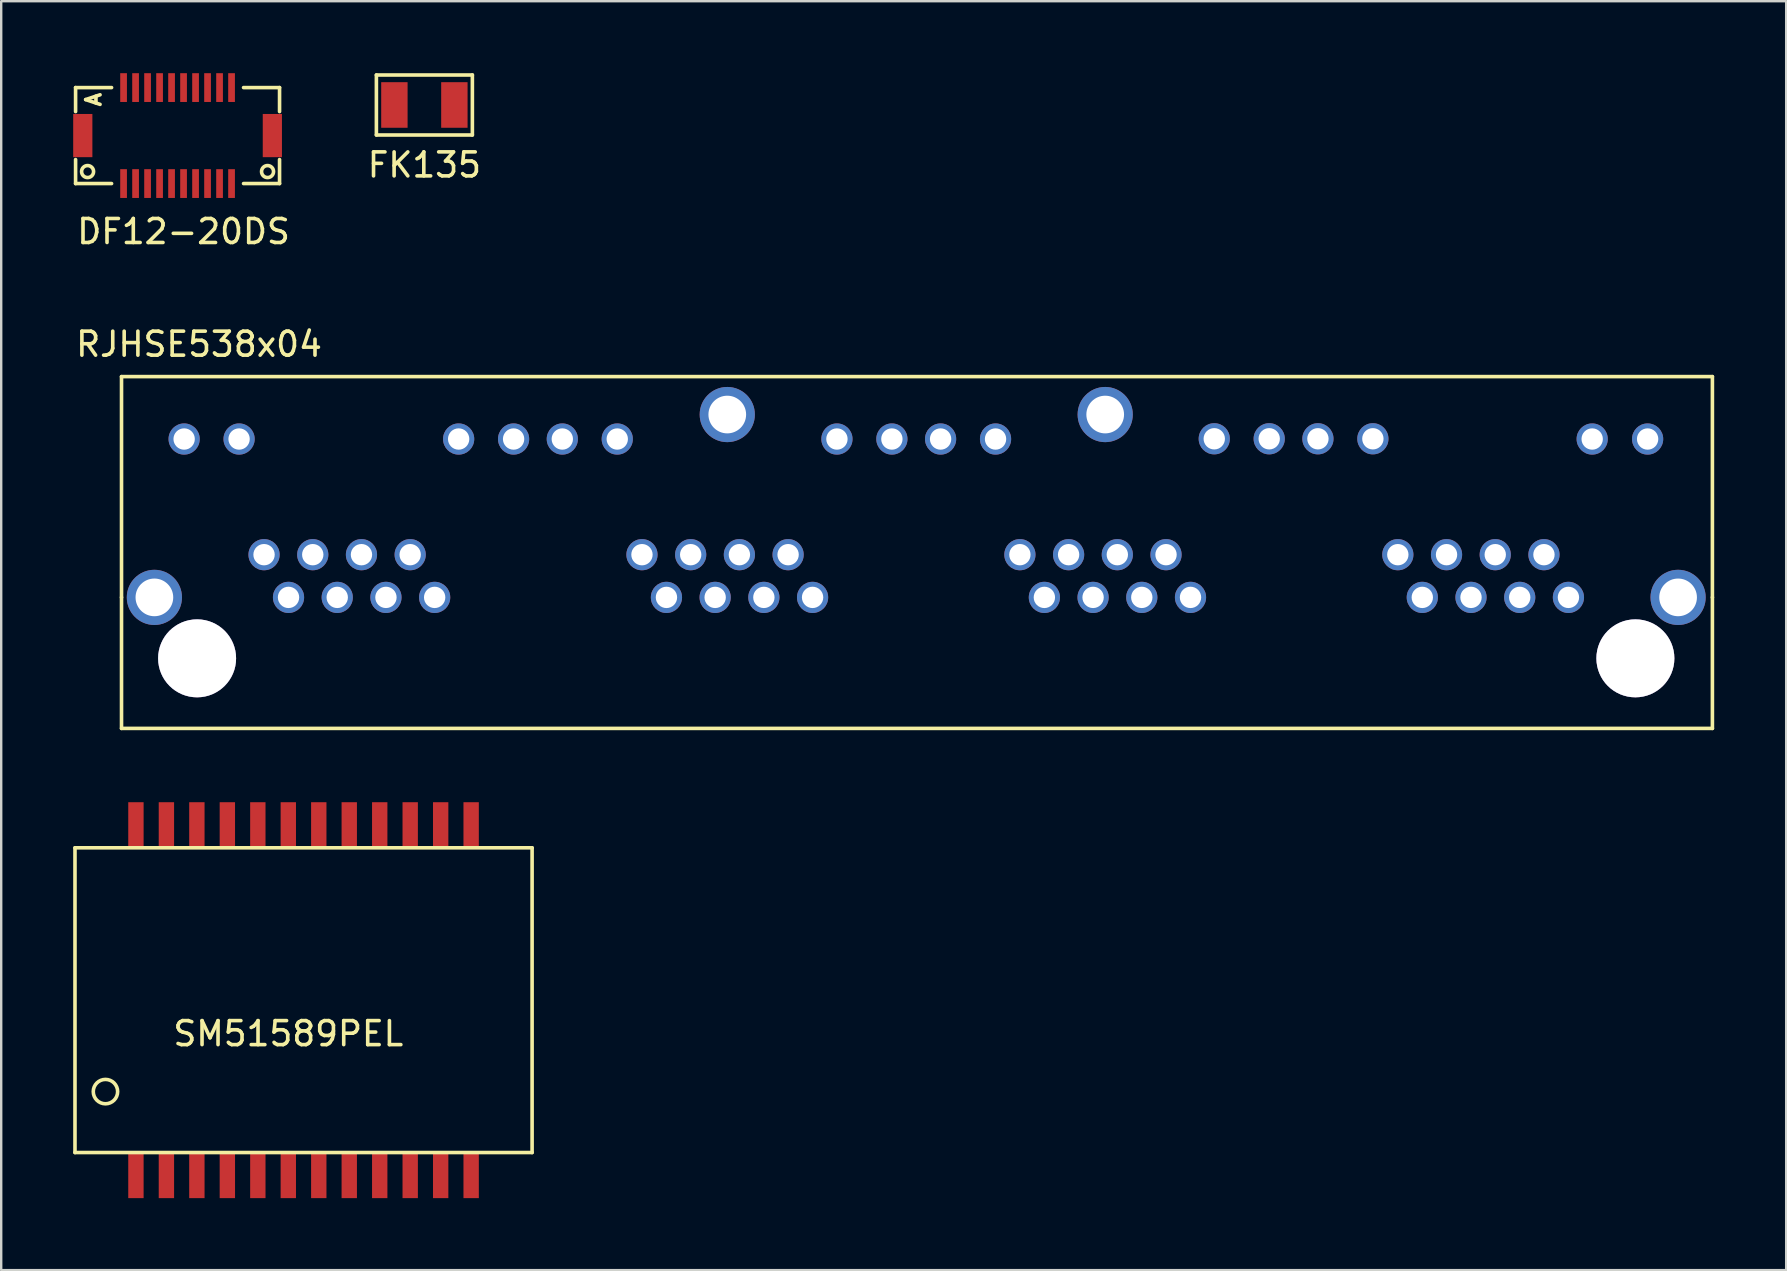
<source format=kicad_pcb>
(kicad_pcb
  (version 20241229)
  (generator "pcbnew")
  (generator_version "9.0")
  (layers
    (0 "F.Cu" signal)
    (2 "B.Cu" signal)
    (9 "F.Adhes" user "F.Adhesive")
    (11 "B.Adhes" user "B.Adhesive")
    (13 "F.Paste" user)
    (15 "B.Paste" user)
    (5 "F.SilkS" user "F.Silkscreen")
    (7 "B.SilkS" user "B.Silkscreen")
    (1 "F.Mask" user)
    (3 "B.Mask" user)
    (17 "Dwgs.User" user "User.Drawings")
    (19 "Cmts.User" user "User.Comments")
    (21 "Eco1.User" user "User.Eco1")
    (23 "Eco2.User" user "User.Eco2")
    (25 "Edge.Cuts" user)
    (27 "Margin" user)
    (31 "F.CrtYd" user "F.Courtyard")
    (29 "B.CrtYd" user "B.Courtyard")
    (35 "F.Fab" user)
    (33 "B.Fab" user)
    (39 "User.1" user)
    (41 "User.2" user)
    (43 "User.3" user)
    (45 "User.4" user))
  (footprint "FK135"
    (layer "F.Cu")
    (at 14.636 1.325)
    (property "Reference" "FK135" (at 0 2.5 0) (layer "F.SilkS") (effects (font (size 1 1) (thickness 0.15))))
    (attr through_hole)
    (fp_line (start -2 -1.25) (end 2 -1.25) (stroke (width 0.15) (type solid)) (layer "F.SilkS"))
    (fp_line (start -2 1.25) (end -2 -1.25) (stroke (width 0.15) (type solid)) (layer "F.SilkS"))
    (fp_line (start 2 -1.25) (end 2 1.25) (stroke (width 0.15) (type solid)) (layer "F.SilkS"))
    (fp_line (start 2 1.25) (end -2 1.25) (stroke (width 0.15) (type solid)) (layer "F.SilkS"))
    (pad "1" smd rect (at -1.25 0) (size 1.1 1.9) (layers "F.Cu" "F.Mask" "F.Paste"))
    (pad "2" smd rect (at 1.25 0) (size 1.1 1.9) (layers "F.Cu" "F.Mask" "F.Paste")))
  (footprint "DF12-20DS"
    (layer "F.Cu")
    (at 4.35 2.6)
    (property "Reference" "DF12-20DS" (at 0.25 4 0) (layer "F.SilkS") (effects (font (size 1 1) (thickness 0.15))))
    (attr through_hole)
    (fp_line (start -4.25 -2) (end -4.25 -1) (stroke (width 0.15) (type solid)) (layer "F.SilkS"))
    (fp_line (start -4.25 -2) (end -2.75 -2) (stroke (width 0.15) (type solid)) (layer "F.SilkS"))
    (fp_line (start -4.25 1) (end -4.25 2) (stroke (width 0.15) (type solid)) (layer "F.SilkS"))
    (fp_line (start -4.25 2) (end -2.75 2) (stroke (width 0.15) (type solid)) (layer "F.SilkS"))
    (fp_line (start 2.75 2) (end 4.25 2) (stroke (width 0.15) (type solid)) (layer "F.SilkS"))
    (fp_line (start 4.25 -2) (end 2.75 -2) (stroke (width 0.15) (type solid)) (layer "F.SilkS"))
    (fp_line (start 4.25 -1) (end 4.25 -2) (stroke (width 0.15) (type solid)) (layer "F.SilkS"))
    (fp_line (start 4.25 2) (end 4.25 1) (stroke (width 0.15) (type solid)) (layer "F.SilkS"))
    (fp_circle (center -3.75 1.5) (end -3.5 1.5) (stroke (width 0.15) (type solid)) (fill no) (layer "F.SilkS"))
    (fp_circle (center 3.75 1.5) (end 4 1.5) (stroke (width 0.15) (type solid)) (fill no) (layer "F.SilkS"))
    (fp_text user "A" (at -3.5 -1.5 270) (layer "F.SilkS") (effects (font (size 0.6 0.6) (thickness 0.15))))
    (pad "" smd rect (at -3.95 0) (size 0.8 1.8) (layers "F.Cu" "F.Mask" "F.Paste"))
    (pad "" smd rect (at 3.95 0) (size 0.8 1.8) (layers "F.Cu" "F.Mask" "F.Paste"))
    (pad "1" smd rect (at 2.25 2) (size 0.28 1.2) (layers "F.Cu" "F.Mask" "F.Paste"))
    (pad "2" smd rect (at 1.75 2) (size 0.28 1.2) (layers "F.Cu" "F.Mask" "F.Paste"))
    (pad "3" smd rect (at 1.25 2) (size 0.28 1.2) (layers "F.Cu" "F.Mask" "F.Paste"))
    (pad "4" smd rect (at 0.75 2) (size 0.28 1.2) (layers "F.Cu" "F.Mask" "F.Paste"))
    (pad "5" smd rect (at 0.25 2) (size 0.28 1.2) (layers "F.Cu" "F.Mask" "F.Paste"))
    (pad "6" smd rect (at -0.25 2) (size 0.28 1.2) (layers "F.Cu" "F.Mask" "F.Paste"))
    (pad "7" smd rect (at -0.75 2) (size 0.28 1.2) (layers "F.Cu" "F.Mask" "F.Paste"))
    (pad "8" smd rect (at -1.25 2) (size 0.28 1.2) (layers "F.Cu" "F.Mask" "F.Paste"))
    (pad "9" smd rect (at -1.75 2) (size 0.28 1.2) (layers "F.Cu" "F.Mask" "F.Paste"))
    (pad "10" smd rect (at -2.25 2) (size 0.28 1.2) (layers "F.Cu" "F.Mask" "F.Paste"))
    (pad "11" smd rect (at -2.25 -2) (size 0.28 1.2) (layers "F.Cu" "F.Mask" "F.Paste"))
    (pad "12" smd rect (at -1.75 -2) (size 0.28 1.2) (layers "F.Cu" "F.Mask" "F.Paste"))
    (pad "13" smd rect (at -1.25 -2) (size 0.28 1.2) (layers "F.Cu" "F.Mask" "F.Paste"))
    (pad "14" smd rect (at -0.75 -2) (size 0.28 1.2) (layers "F.Cu" "F.Mask" "F.Paste"))
    (pad "15" smd rect (at -0.25 -2) (size 0.28 1.2) (layers "F.Cu" "F.Mask" "F.Paste"))
    (pad "16" smd rect (at 0.25 -2) (size 0.28 1.2) (layers "F.Cu" "F.Mask" "F.Paste"))
    (pad "17" smd rect (at 0.75 -2) (size 0.28 1.2) (layers "F.Cu" "F.Mask" "F.Paste"))
    (pad "18" smd rect (at 1.25 -2) (size 0.28 1.2) (layers "F.Cu" "F.Mask" "F.Paste"))
    (pad "19" smd rect (at 1.75 -2) (size 0.28 1.2) (layers "F.Cu" "F.Mask" "F.Paste"))
    (pad "20" smd rect (at 2.25 -2) (size 0.28 1.2) (layers "F.Cu" "F.Mask" "F.Paste")))
  (footprint "SM51589PEL"
    (layer "F.Cu")
    (at 8.965 38.632)
    (property "Reference" "SM51589PEL" (at 0 1.397 0) (layer "F.SilkS") (effects (font (size 1 1) (thickness 0.15))))
    (attr through_hole)
    (fp_line (start -8.89 -6.35) (end 10.16 -6.35) (stroke (width 0.15) (type solid)) (layer "F.SilkS"))
    (fp_line (start -8.89 6.35) (end -8.89 -6.35) (stroke (width 0.15) (type solid)) (layer "F.SilkS"))
    (fp_line (start 10.16 -6.35) (end 10.16 6.35) (stroke (width 0.15) (type solid)) (layer "F.SilkS"))
    (fp_line (start 10.16 6.35) (end -8.89 6.35) (stroke (width 0.15) (type solid)) (layer "F.SilkS"))
    (fp_circle (center -7.62 3.81) (end -7.62 4.318) (stroke (width 0.15) (type solid)) (fill no) (layer "F.SilkS"))
    (pad "1" smd rect (at -6.35 7.3) (size 0.64 1.9) (layers "F.Cu" "F.Mask" "F.Paste"))
    (pad "2" smd rect (at -5.08 7.3) (size 0.64 1.9) (layers "F.Cu" "F.Mask" "F.Paste"))
    (pad "3" smd rect (at -3.81 7.3) (size 0.64 1.9) (layers "F.Cu" "F.Mask" "F.Paste"))
    (pad "4" smd rect (at -2.54 7.3) (size 0.64 1.9) (layers "F.Cu" "F.Mask" "F.Paste"))
    (pad "5" smd rect (at -1.27 7.3) (size 0.64 1.9) (layers "F.Cu" "F.Mask" "F.Paste"))
    (pad "6" smd rect (at 0 7.3) (size 0.64 1.9) (layers "F.Cu" "F.Mask" "F.Paste"))
    (pad "7" smd rect (at 1.27 7.3) (size 0.64 1.9) (layers "F.Cu" "F.Mask" "F.Paste"))
    (pad "8" smd rect (at 2.54 7.3) (size 0.64 1.9) (layers "F.Cu" "F.Mask" "F.Paste"))
    (pad "9" smd rect (at 3.81 7.3) (size 0.64 1.9) (layers "F.Cu" "F.Mask" "F.Paste"))
    (pad "10" smd rect (at 5.08 7.3) (size 0.64 1.9) (layers "F.Cu" "F.Mask" "F.Paste"))
    (pad "11" smd rect (at 6.35 7.3) (size 0.64 1.9) (layers "F.Cu" "F.Mask" "F.Paste"))
    (pad "12" smd rect (at 7.62 7.3) (size 0.64 1.9) (layers "F.Cu" "F.Mask" "F.Paste"))
    (pad "13" smd rect (at 7.62 -7.3) (size 0.64 1.9) (layers "F.Cu" "F.Mask" "F.Paste"))
    (pad "14" smd rect (at 6.35 -7.3) (size 0.64 1.9) (layers "F.Cu" "F.Mask" "F.Paste"))
    (pad "15" smd rect (at 5.08 -7.3) (size 0.64 1.9) (layers "F.Cu" "F.Mask" "F.Paste"))
    (pad "16" smd rect (at 3.81 -7.3) (size 0.64 1.9) (layers "F.Cu" "F.Mask" "F.Paste"))
    (pad "17" smd rect (at 2.54 -7.3) (size 0.64 1.9) (layers "F.Cu" "F.Mask" "F.Paste"))
    (pad "18" smd rect (at 1.27 -7.3) (size 0.64 1.9) (layers "F.Cu" "F.Mask" "F.Paste"))
    (pad "19" smd rect (at 0 -7.3) (size 0.64 1.9) (layers "F.Cu" "F.Mask" "F.Paste"))
    (pad "20" smd rect (at -1.27 -7.3) (size 0.64 1.9) (layers "F.Cu" "F.Mask" "F.Paste"))
    (pad "21" smd rect (at -2.54 -7.3) (size 0.64 1.9) (layers "F.Cu" "F.Mask" "F.Paste"))
    (pad "22" smd rect (at -3.81 -7.3) (size 0.64 1.9) (layers "F.Cu" "F.Mask" "F.Paste"))
    (pad "23" smd rect (at -5.08 -7.3) (size 0.64 1.9) (layers "F.Cu" "F.Mask" "F.Paste"))
    (pad "24" smd rect (at -6.35 -7.3) (size 0.64 1.9) (layers "F.Cu" "F.Mask" "F.Paste")))
  (footprint "RJHSE538x04"
    (layer "F.Cu")
    (at 62.314 21.846)
    (property "Reference" "RJHSE538x04" (at -57.07 -10.55 0) (layer "F.SilkS") (effects (font (size 1 1) (thickness 0.15))))
    (attr through_hole)
    (fp_line (start -60.3 0) (end -60.3 -9.2) (stroke (width 0.15) (type solid)) (layer "F.SilkS"))
    (fp_line (start -60.3 0) (end -60.3 5.46) (stroke (width 0.15) (type solid)) (layer "F.SilkS"))
    (fp_line (start 6 -9.2) (end -60.3 -9.2) (stroke (width 0.15) (type solid)) (layer "F.SilkS"))
    (fp_line (start 6 0) (end 6 -9.2) (stroke (width 0.15) (type solid)) (layer "F.SilkS"))
    (fp_line (start 6 0) (end 6 5.46) (stroke (width 0.15) (type solid)) (layer "F.SilkS"))
    (fp_line (start 6 5.46) (end -60.3 5.46) (stroke (width 0.15) (type solid)) (layer "F.SilkS"))
    (pad "" thru_hole circle (at -57.15 2.54) (size 3.25 3.25) (drill 3.25) (layers "*.Cu" "*.Mask"))
    (pad "" thru_hole circle (at 2.79 2.54) (size 3.25 3.25) (drill 3.25) (layers "*.Cu" "*.Mask"))
    (pad "1" thru_hole circle (at 0 0) (size 1.3 1.3) (drill 0.89) (layers "*.Cu" "*.Mask"))
    (pad "2" thru_hole circle (at -1.02 -1.78) (size 1.3 1.3) (drill 0.89) (layers "*.Cu" "*.Mask"))
    (pad "3" thru_hole circle (at -2.03 0) (size 1.3 1.3) (drill 0.89) (layers "*.Cu" "*.Mask"))
    (pad "4" thru_hole circle (at -3.05 -1.78) (size 1.3 1.3) (drill 0.89) (layers "*.Cu" "*.Mask"))
    (pad "5" thru_hole circle (at -4.06 0) (size 1.3 1.3) (drill 0.89) (layers "*.Cu" "*.Mask"))
    (pad "6" thru_hole circle (at -5.08 -1.78) (size 1.3 1.3) (drill 0.89) (layers "*.Cu" "*.Mask"))
    (pad "7" thru_hole circle (at -6.09 0) (size 1.3 1.3) (drill 0.89) (layers "*.Cu" "*.Mask"))
    (pad "8" thru_hole circle (at -7.11 -1.78) (size 1.3 1.3) (drill 0.89) (layers "*.Cu" "*.Mask"))
    (pad "9" thru_hole circle (at -15.75 0) (size 1.3 1.3) (drill 0.89) (layers "*.Cu" "*.Mask"))
    (pad "10" thru_hole circle (at -16.77 -1.78) (size 1.3 1.3) (drill 0.89) (layers "*.Cu" "*.Mask"))
    (pad "11" thru_hole circle (at -17.78 0) (size 1.3 1.3) (drill 0.89) (layers "*.Cu" "*.Mask"))
    (pad "12" thru_hole circle (at -18.8 -1.78) (size 1.3 1.3) (drill 0.89) (layers "*.Cu" "*.Mask"))
    (pad "13" thru_hole circle (at -19.81 0) (size 1.3 1.3) (drill 0.89) (layers "*.Cu" "*.Mask"))
    (pad "14" thru_hole circle (at -20.83 -1.78) (size 1.3 1.3) (drill 0.89) (layers "*.Cu" "*.Mask"))
    (pad "15" thru_hole circle (at -21.84 0) (size 1.3 1.3) (drill 0.89) (layers "*.Cu" "*.Mask"))
    (pad "16" thru_hole circle (at -22.86 -1.78) (size 1.3 1.3) (drill 0.89) (layers "*.Cu" "*.Mask"))
    (pad "17" thru_hole circle (at -31.5 0) (size 1.3 1.3) (drill 0.89) (layers "*.Cu" "*.Mask"))
    (pad "18" thru_hole circle (at -32.52 -1.78) (size 1.3 1.3) (drill 0.89) (layers "*.Cu" "*.Mask"))
    (pad "19" thru_hole circle (at -33.53 0) (size 1.3 1.3) (drill 0.89) (layers "*.Cu" "*.Mask"))
    (pad "20" thru_hole circle (at -34.55 -1.78) (size 1.3 1.3) (drill 0.89) (layers "*.Cu" "*.Mask"))
    (pad "21" thru_hole circle (at -35.56 0) (size 1.3 1.3) (drill 0.89) (layers "*.Cu" "*.Mask"))
    (pad "22" thru_hole circle (at -36.58 -1.78) (size 1.3 1.3) (drill 0.89) (layers "*.Cu" "*.Mask"))
    (pad "23" thru_hole circle (at -37.59 0) (size 1.3 1.3) (drill 0.89) (layers "*.Cu" "*.Mask"))
    (pad "24" thru_hole circle (at -38.61 -1.78) (size 1.3 1.3) (drill 0.89) (layers "*.Cu" "*.Mask"))
    (pad "25" thru_hole circle (at -47.25 0) (size 1.3 1.3) (drill 0.89) (layers "*.Cu" "*.Mask"))
    (pad "26" thru_hole circle (at -48.27 -1.78) (size 1.3 1.3) (drill 0.89) (layers "*.Cu" "*.Mask"))
    (pad "27" thru_hole circle (at -49.28 0) (size 1.3 1.3) (drill 0.89) (layers "*.Cu" "*.Mask"))
    (pad "28" thru_hole circle (at -50.3 -1.78) (size 1.3 1.3) (drill 0.89) (layers "*.Cu" "*.Mask"))
    (pad "29" thru_hole circle (at -51.31 0) (size 1.3 1.3) (drill 0.89) (layers "*.Cu" "*.Mask"))
    (pad "30" thru_hole circle (at -52.33 -1.78) (size 1.3 1.3) (drill 0.89) (layers "*.Cu" "*.Mask"))
    (pad "31" thru_hole circle (at -53.34 0) (size 1.3 1.3) (drill 0.89) (layers "*.Cu" "*.Mask"))
    (pad "32" thru_hole circle (at -54.36 -1.78) (size 1.3 1.3) (drill 0.89) (layers "*.Cu" "*.Mask"))
    (pad "33" thru_hole circle (at 3.3 -6.6) (size 1.3 1.3) (drill 0.89) (layers "*.Cu" "*.Mask"))
    (pad "34" thru_hole circle (at 0.99 -6.6) (size 1.3 1.3) (drill 0.89) (layers "*.Cu" "*.Mask"))
    (pad "35" thru_hole circle (at -8.15 -6.61) (size 1.3 1.3) (drill 0.89) (layers "*.Cu" "*.Mask"))
    (pad "36" thru_hole circle (at -10.44 -6.61) (size 1.3 1.3) (drill 0.89) (layers "*.Cu" "*.Mask"))
    (pad "37" thru_hole circle (at -12.47 -6.61) (size 1.3 1.3) (drill 0.89) (layers "*.Cu" "*.Mask"))
    (pad "38" thru_hole circle (at -14.76 -6.61) (size 1.3 1.3) (drill 0.89) (layers "*.Cu" "*.Mask"))
    (pad "39" thru_hole circle (at -23.875 -6.6) (size 1.3 1.3) (drill 0.89) (layers "*.Cu" "*.Mask"))
    (pad "40" thru_hole circle (at -26.165 -6.6) (size 1.3 1.3) (drill 0.89) (layers "*.Cu" "*.Mask"))
    (pad "41" thru_hole circle (at -28.195 -6.6) (size 1.3 1.3) (drill 0.89) (layers "*.Cu" "*.Mask"))
    (pad "42" thru_hole circle (at -30.485 -6.6) (size 1.3 1.3) (drill 0.89) (layers "*.Cu" "*.Mask"))
    (pad "43" thru_hole circle (at -39.64 -6.6) (size 1.3 1.3) (drill 0.89) (layers "*.Cu" "*.Mask"))
    (pad "44" thru_hole circle (at -41.93 -6.6) (size 1.3 1.3) (drill 0.89) (layers "*.Cu" "*.Mask"))
    (pad "45" thru_hole circle (at -43.96 -6.6) (size 1.3 1.3) (drill 0.89) (layers "*.Cu" "*.Mask"))
    (pad "46" thru_hole circle (at -46.25 -6.6) (size 1.3 1.3) (drill 0.89) (layers "*.Cu" "*.Mask"))
    (pad "47" thru_hole circle (at -55.4 -6.6) (size 1.3 1.3) (drill 0.89) (layers "*.Cu" "*.Mask"))
    (pad "48" thru_hole circle (at -57.69 -6.6) (size 1.3 1.3) (drill 0.89) (layers "*.Cu" "*.Mask"))
    (pad "49" thru_hole circle (at -58.93 0) (size 2.3 2.3) (drill 1.57) (layers "*.Cu" "*.Mask"))
    (pad "49" thru_hole circle (at -35.055 -7.62) (size 2.3 2.3) (drill 1.57) (layers "*.Cu" "*.Mask"))
    (pad "49" thru_hole circle (at -19.305 -7.62) (size 2.3 2.3) (drill 1.57) (layers "*.Cu" "*.Mask"))
    (pad "49" thru_hole circle (at 4.57 0) (size 2.3 2.3) (drill 1.57) (layers "*.Cu" "*.Mask")))
  (gr_rect
    (start -3 -3)
    (end 71.389 49.882)
    (stroke (width 0.1) (type default))
    (fill no)
    (layer "Edge.Cuts")))
</source>
